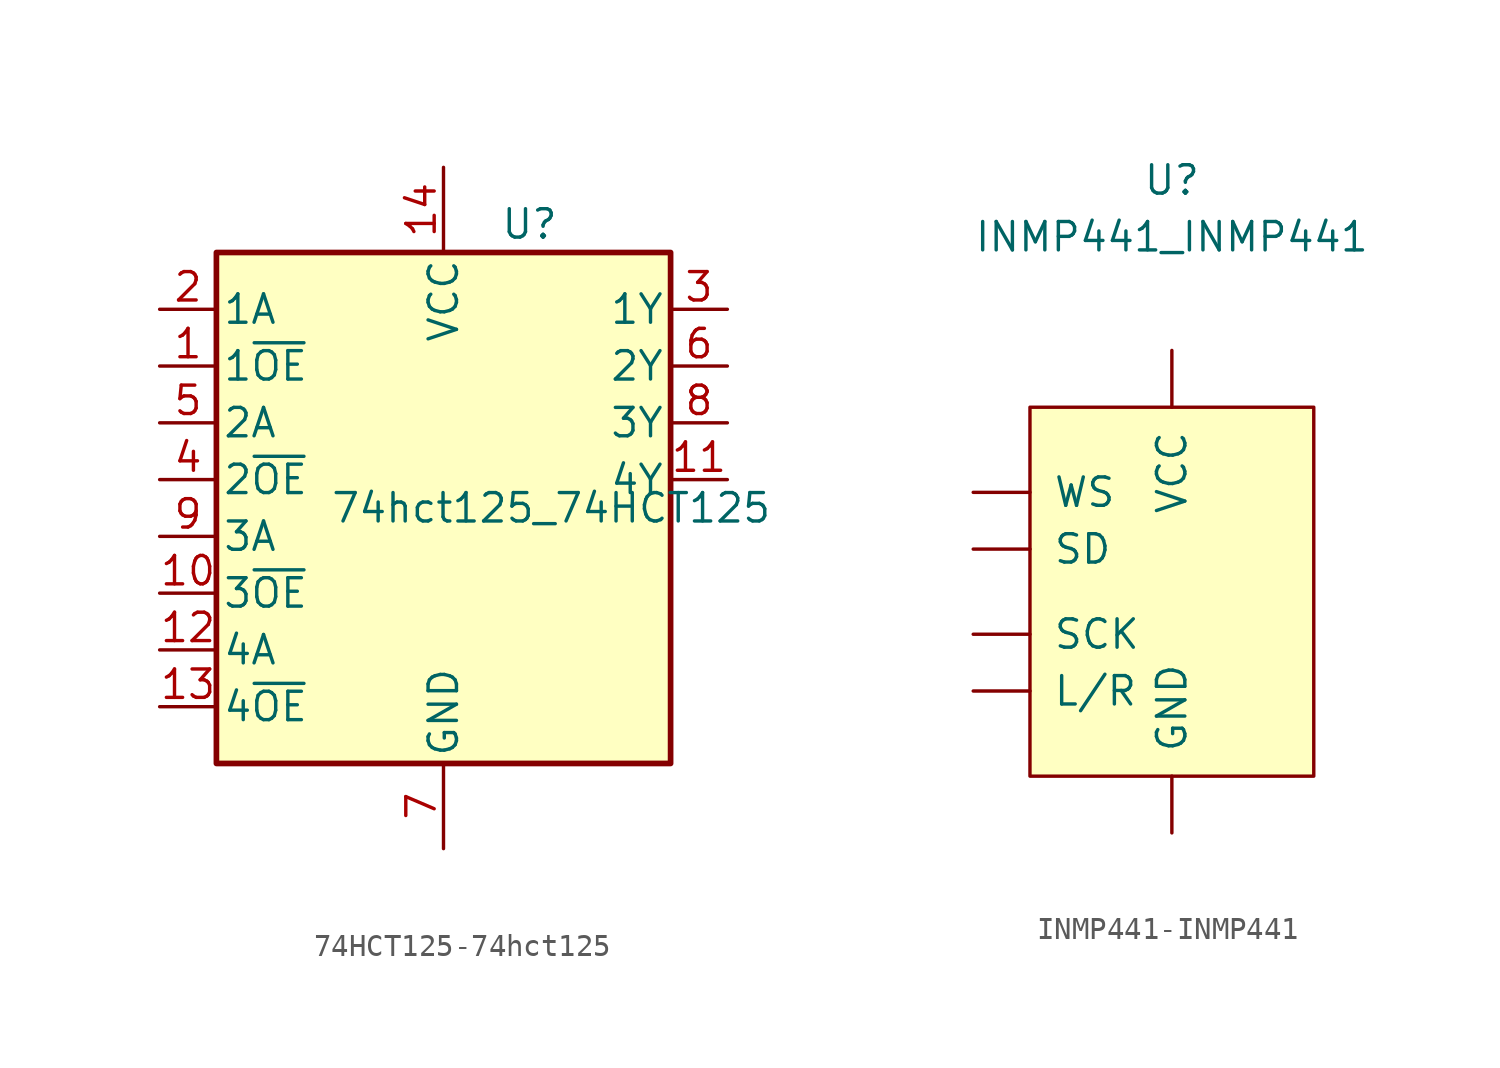
<source format=kicad_sym>
(kicad_symbol_lib
  (version 20231120)
  (generator "kicad_symbol_editor")
  (generator_version "8.0")
  (symbol "74HCT125-74hct125"
    (pin_names
      (offset 0.254))
    (property "Reference" "U"
      (at 2.54 15.24 0)
      (effects (font (size 1.27 1.27)) (justify left)))
    (property "Value" "74hct125_74HCT125"
      (at -5.08 2.54 0)
      (effects (font (size 1.27 1.27)) (justify left)))
    (property "Footprint" ""
      (at 0 0 0)
      (effects (font (size 1.27 1.27))))
    (property "Datasheet" ""
      (at 0 0 0)
      (effects (font (size 1.27 1.27))))
    (symbol "74HCT125-74hct125_0_0"
      (pin power_in line (at 0 17.78 270) (length 3.81) (name "VCC" (effects (font (size 1.27 1.27)))) (number "14" (effects (font (size 1.27 1.27)))))
      (pin power_in line (at 0 -12.7 90) (length 3.81) (name "GND" (effects (font (size 1.27 1.27)))) (number "7" (effects (font (size 1.27 1.27))))))
    (symbol "74HCT125-74hct125_0_1"
      (rectangle (start -10.16 13.97) (end 10.16 -8.89) (stroke (width 0.254) (type solid)) (fill (type background))))
    (symbol "74HCT125-74hct125_1_1"
      (pin input line (at -12.7 8.89 0) (length 2.54) (name "1~{OE}" (effects (font (size 1.27 1.27)))) (number "1" (effects (font (size 1.27 1.27)))))
      (pin input line (at -12.7 -1.27 0) (length 2.54) (name "3~{OE}" (effects (font (size 1.27 1.27)))) (number "10" (effects (font (size 1.27 1.27)))))
      (pin output line (at 12.7 3.81 180) (length 2.54) (name "4Y" (effects (font (size 1.27 1.27)))) (number "11" (effects (font (size 1.27 1.27)))))
      (pin input line (at -12.7 -3.81 0) (length 2.54) (name "4A" (effects (font (size 1.27 1.27)))) (number "12" (effects (font (size 1.27 1.27)))))
      (pin input line (at -12.7 -6.35 0) (length 2.54) (name "4~{OE}" (effects (font (size 1.27 1.27)))) (number "13" (effects (font (size 1.27 1.27)))))
      (pin input line (at -12.7 11.43 0) (length 2.54) (name "1A" (effects (font (size 1.27 1.27)))) (number "2" (effects (font (size 1.27 1.27)))))
      (pin output line (at 12.7 11.43 180) (length 2.54) (name "1Y" (effects (font (size 1.27 1.27)))) (number "3" (effects (font (size 1.27 1.27)))))
      (pin input line (at -12.7 3.81 0) (length 2.54) (name "2~{OE}" (effects (font (size 1.27 1.27)))) (number "4" (effects (font (size 1.27 1.27)))))
      (pin input line (at -12.7 6.35 0) (length 2.54) (name "2A" (effects (font (size 1.27 1.27)))) (number "5" (effects (font (size 1.27 1.27)))))
      (pin output line (at 12.7 8.89 180) (length 2.54) (name "2Y" (effects (font (size 1.27 1.27)))) (number "6" (effects (font (size 1.27 1.27)))))
      (pin output line (at 12.7 6.35 180) (length 2.54) (name "3Y" (effects (font (size 1.27 1.27)))) (number "8" (effects (font (size 1.27 1.27)))))
      (pin input line (at -12.7 1.27 0) (length 2.54) (name "3A" (effects (font (size 1.27 1.27)))) (number "9" (effects (font (size 1.27 1.27)))))))
  (symbol "INMP441-INMP441"
    (pin_names
      (offset 1.016))
    (property "Reference" "U"
      (at 0 17.78 0)
      (effects (font (size 1.27 1.27))))
    (property "Value" "INMP441_INMP441"
      (at 0 15.24 0)
      (effects (font (size 1.27 1.27))))
    (symbol "INMP441-INMP441_0_1"
      (rectangle (start -6.35 7.62) (end 6.35 -8.89) (stroke (width 0) (type solid)) (fill (type background))))
    (symbol "INMP441-INMP441_1_1"
      (pin input line (at 0 -11.43 90) (length 2.54) (name "GND" (effects (font (size 1.27 1.27)))) (number "~" (effects (font (size 1.27 1.27)))))
      (pin input line (at -8.89 -5.08 0) (length 2.54) (name "L/R" (effects (font (size 1.27 1.27)))) (number "~" (effects (font (size 1.27 1.27)))))
      (pin input line (at -8.89 -2.54 0) (length 2.54) (name "SCK" (effects (font (size 1.27 1.27)))) (number "~" (effects (font (size 1.27 1.27)))))
      (pin input line (at -8.89 1.27 0) (length 2.54) (name "SD" (effects (font (size 1.27 1.27)))) (number "~" (effects (font (size 1.27 1.27)))))
      (pin input line (at 0 10.16 270) (length 2.54) (name "VCC" (effects (font (size 1.27 1.27)))) (number "~" (effects (font (size 1.27 1.27)))))
      (pin input line (at -8.89 3.81 0) (length 2.54) (name "WS" (effects (font (size 1.27 1.27)))) (number "~" (effects (font (size 1.27 1.27))))))))
</source>
